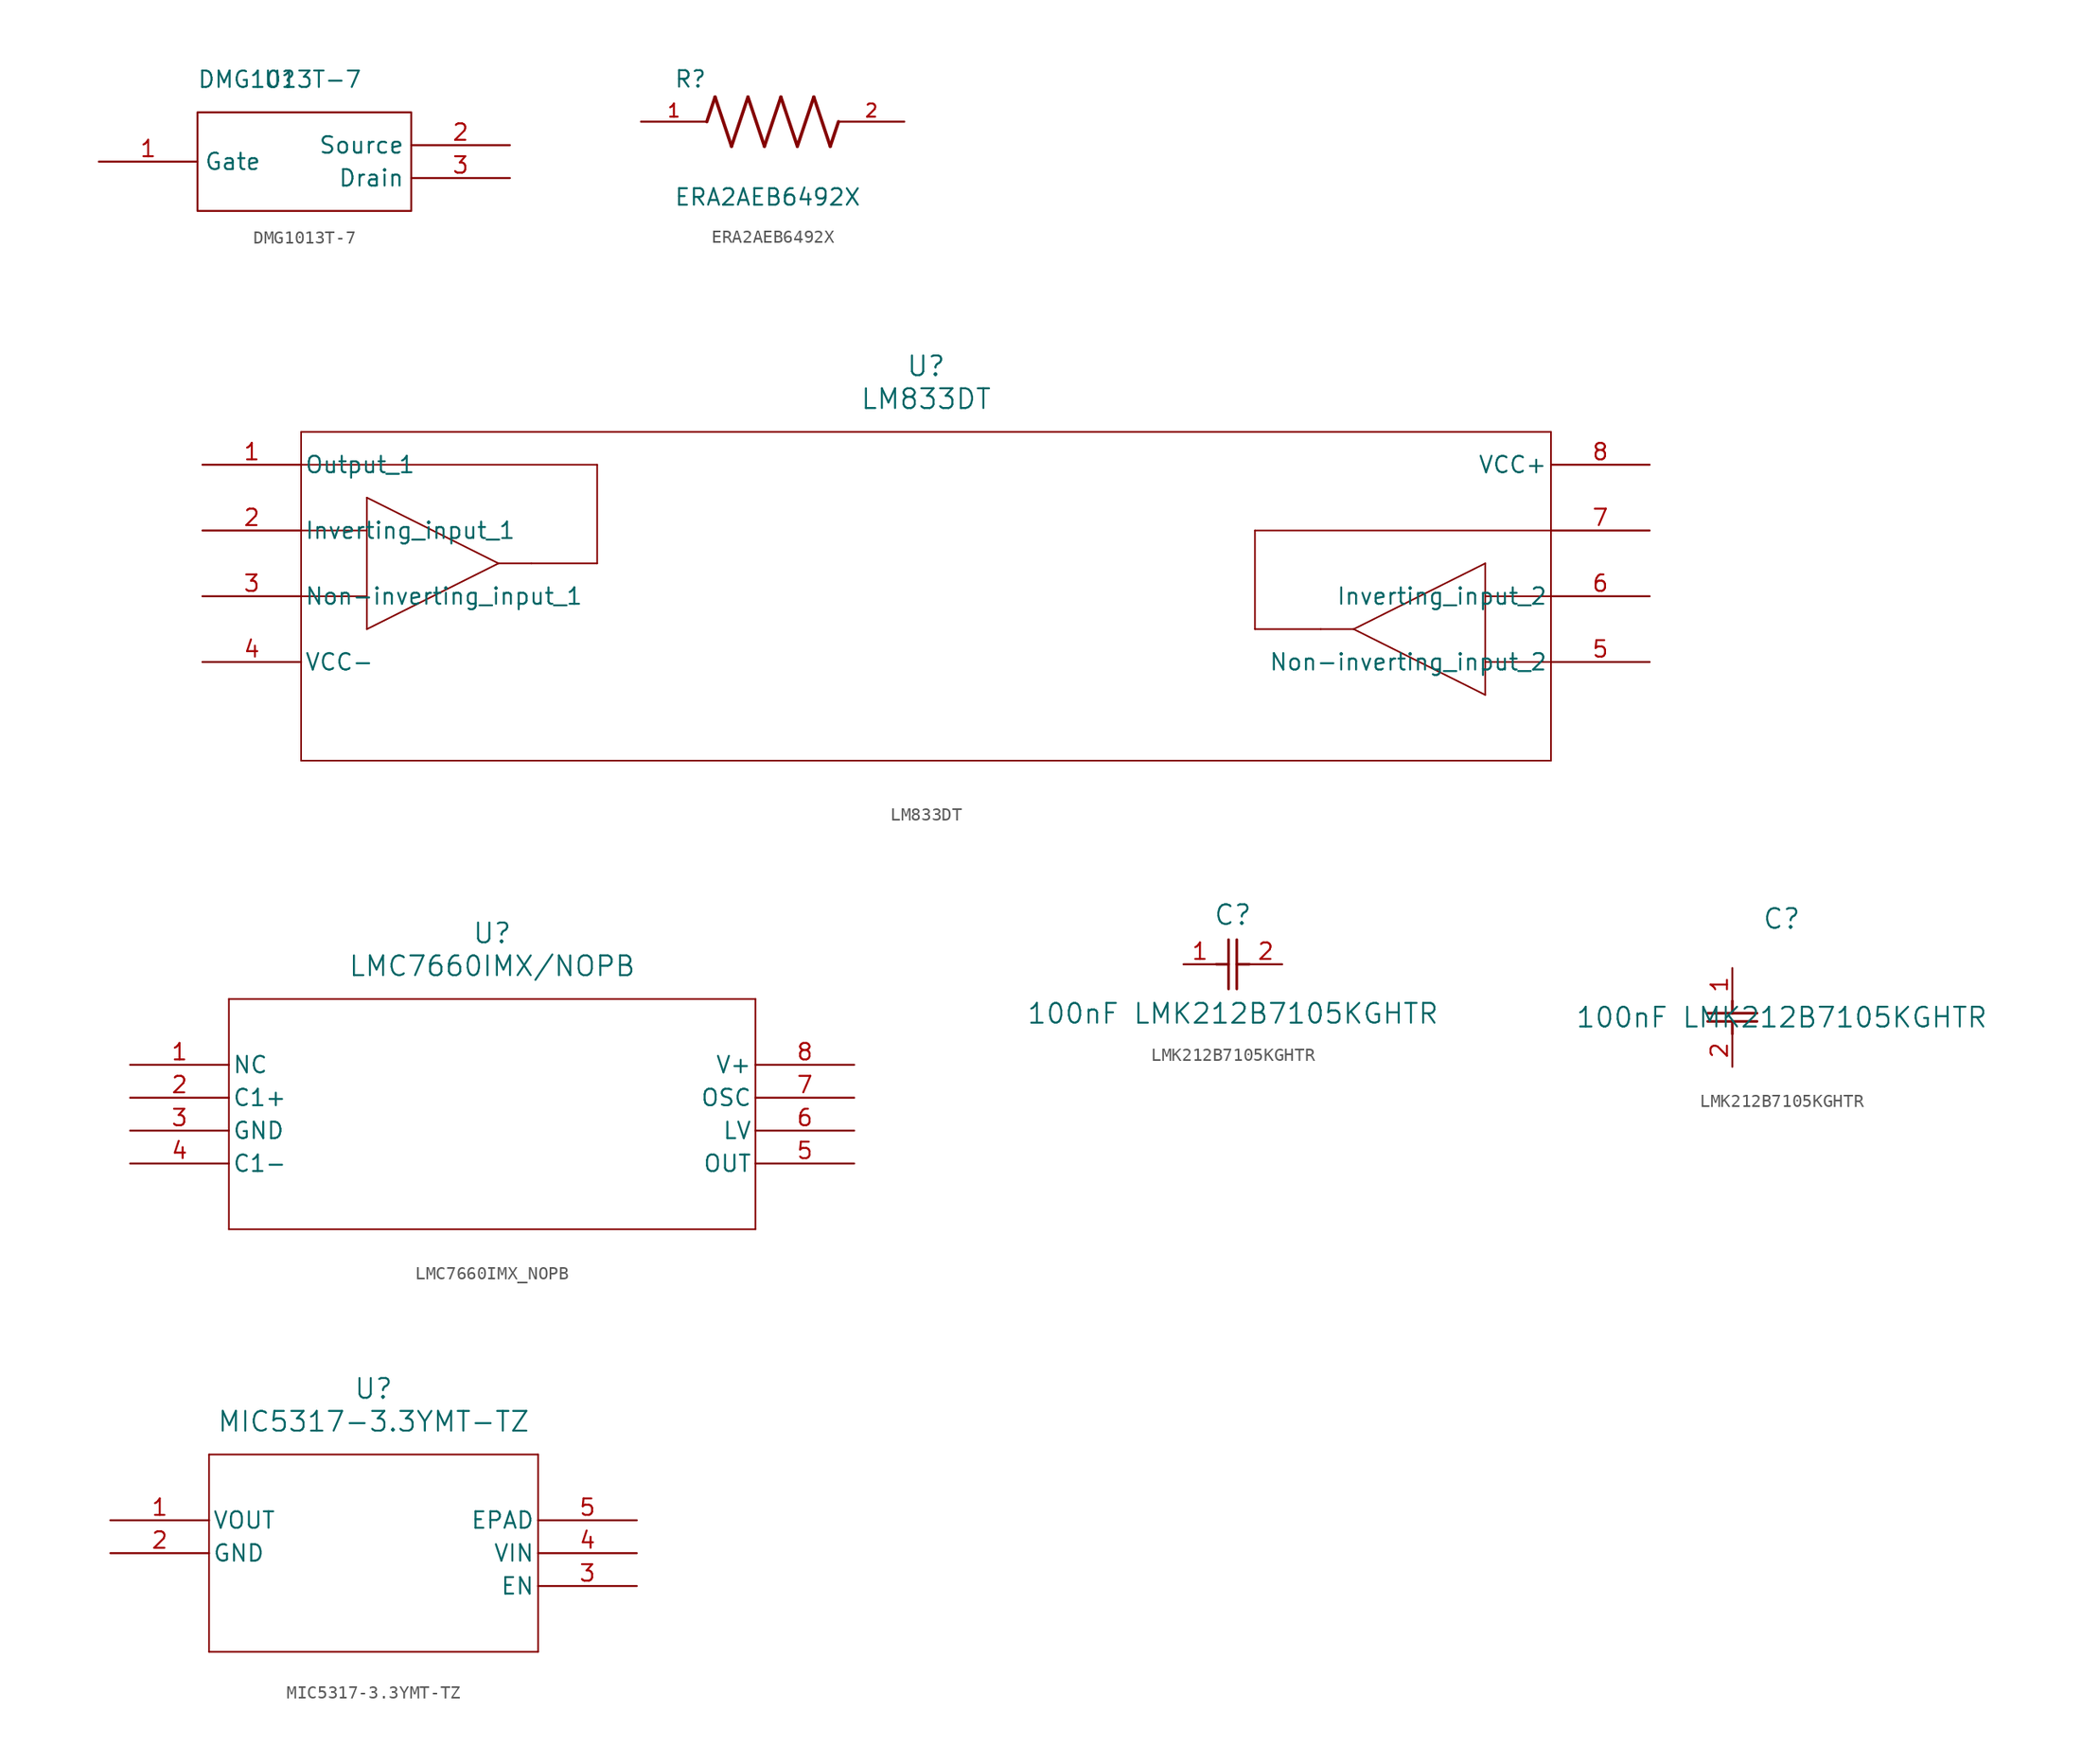
<source format=kicad_sym>
(kicad_symbol_lib
  (version 20231120)
  (generator "kicad_symbol_editor")
  (generator_version "8.0")
  (symbol "DMG1013T-7"
    (property "Reference" "U"
      (at 0 0 0)
      (effects (font (size 1.27 1.27))))
    (property "Value" "DMG1013T-7"
      (at 0 0 0)
      (effects (font (size 1.27 1.27))))
    (symbol "DMG1013T-7_0_1"
      (rectangle (start -6.35 -2.54) (end 10.16 -10.16) (stroke (width 0) (type default)) (fill (type none))))
    (symbol "DMG1013T-7_1_1"
      (pin input line (at -13.97 -6.35 0) (length 7.62) (name "Gate" (effects (font (size 1.27 1.27)))) (number "1" (effects (font (size 1.27 1.27)))))
      (pin input line (at 17.78 -5.08 180) (length 7.62) (name "Source" (effects (font (size 1.27 1.27)))) (number "2" (effects (font (size 1.27 1.27)))))
      (pin input line (at 17.78 -7.62 180) (length 7.62) (name "Drain" (effects (font (size 1.27 1.27)))) (number "3" (effects (font (size 1.27 1.27)))))))
  (symbol "ERA2AEB6492X"
    (pin_names
      (offset 1.016))
    (property "Reference" "R"
      (at -7.624 2.541 0)
      (effects (font (size 1.27 1.27)) (justify left bottom)))
    (property "Value" "ERA2AEB6492X"
      (at -7.624 -5.087 0)
      (effects (font (size 1.27 1.27)) (justify left top)))
    (symbol "ERA2AEB6492X_0_0"
      (polyline (pts (xy -5.08 0) (xy -4.445 1.905)) (stroke (width 0.254) (type default)) (fill (type none)))
      (polyline (pts (xy -4.445 1.905) (xy -3.175 -1.905)) (stroke (width 0.254) (type default)) (fill (type none)))
      (polyline (pts (xy -3.175 -1.905) (xy -1.905 1.905)) (stroke (width 0.254) (type default)) (fill (type none)))
      (polyline (pts (xy -1.905 1.905) (xy -0.635 -1.905)) (stroke (width 0.254) (type default)) (fill (type none)))
      (polyline (pts (xy -0.635 -1.905) (xy 0.635 1.905)) (stroke (width 0.254) (type default)) (fill (type none)))
      (polyline (pts (xy 0.635 1.905) (xy 1.905 -1.905)) (stroke (width 0.254) (type default)) (fill (type none)))
      (polyline (pts (xy 1.905 -1.905) (xy 3.175 1.905)) (stroke (width 0.254) (type default)) (fill (type none)))
      (polyline (pts (xy 3.175 1.905) (xy 4.445 -1.905)) (stroke (width 0.254) (type default)) (fill (type none)))
      (polyline (pts (xy 4.445 -1.905) (xy 5.08 0)) (stroke (width 0.254) (type default)) (fill (type none)))
      (pin passive line (at -10.16 0 0) (length 5.08) (name "~" (effects (font (size 1.016 1.016)))) (number "1" (effects (font (size 1.016 1.016)))))
      (pin passive line (at 10.16 0 180) (length 5.08) (name "~" (effects (font (size 1.016 1.016)))) (number "2" (effects (font (size 1.016 1.016)))))))
  (symbol "LM833DT"
    (pin_names
      (offset 0.254))
    (property "Reference" "U"
      (at 55.88 10.16 0)
      (effects (font (size 1.524 1.524))))
    (property "Value" "LM833DT"
      (at 55.88 7.62 0)
      (effects (font (size 1.524 1.524))))
    (property "ki_locked" ""
      (at 0 0 0)
      (effects (font (size 1.27 1.27))))
    (symbol "LM833DT_0_1"
      (polyline (pts (xy 7.62 -20.32) (xy 104.14 -20.32)) (stroke (width 0.127) (type default)) (fill (type none)))
      (polyline (pts (xy 7.62 -2.54) (xy 12.7 -2.54)) (stroke (width 0.127) (type default)) (fill (type none)))
      (polyline (pts (xy 7.62 2.54) (xy 30.48 2.54)) (stroke (width 0.127) (type default)) (fill (type none)))
      (polyline (pts (xy 7.62 5.08) (xy 7.62 -20.32)) (stroke (width 0.127) (type default)) (fill (type none)))
      (polyline (pts (xy 12.7 -10.16) (xy 22.86 -5.08)) (stroke (width 0.127) (type default)) (fill (type none)))
      (polyline (pts (xy 12.7 -7.62) (xy 7.62 -7.62)) (stroke (width 0.127) (type default)) (fill (type none)))
      (polyline (pts (xy 12.7 0) (xy 12.7 -10.16)) (stroke (width 0.127) (type default)) (fill (type none)))
      (polyline (pts (xy 22.86 -5.08) (xy 12.7 0)) (stroke (width 0.127) (type default)) (fill (type none)))
      (polyline (pts (xy 22.86 -5.08) (xy 25.4 -5.08)) (stroke (width 0.127) (type default)) (fill (type none)))
      (polyline (pts (xy 30.48 -5.08) (xy 25.4 -5.08)) (stroke (width 0.127) (type default)) (fill (type none)))
      (polyline (pts (xy 30.48 2.54) (xy 30.48 -5.08)) (stroke (width 0.127) (type default)) (fill (type none)))
      (polyline (pts (xy 81.28 -10.16) (xy 86.36 -10.16)) (stroke (width 0.127) (type default)) (fill (type none)))
      (polyline (pts (xy 81.28 -2.54) (xy 81.28 -10.16)) (stroke (width 0.127) (type default)) (fill (type none)))
      (polyline (pts (xy 88.9 -10.16) (xy 86.36 -10.16)) (stroke (width 0.127) (type default)) (fill (type none)))
      (polyline (pts (xy 88.9 -10.16) (xy 99.06 -5.08)) (stroke (width 0.127) (type default)) (fill (type none)))
      (polyline (pts (xy 99.06 -15.24) (xy 88.9 -10.16)) (stroke (width 0.127) (type default)) (fill (type none)))
      (polyline (pts (xy 99.06 -7.62) (xy 104.14 -7.62)) (stroke (width 0.127) (type default)) (fill (type none)))
      (polyline (pts (xy 99.06 -5.08) (xy 99.06 -15.24)) (stroke (width 0.127) (type default)) (fill (type none)))
      (polyline (pts (xy 104.14 -20.32) (xy 104.14 5.08)) (stroke (width 0.127) (type default)) (fill (type none)))
      (polyline (pts (xy 104.14 -12.7) (xy 99.06 -12.7)) (stroke (width 0.127) (type default)) (fill (type none)))
      (polyline (pts (xy 104.14 -2.54) (xy 81.28 -2.54)) (stroke (width 0.127) (type default)) (fill (type none)))
      (polyline (pts (xy 104.14 5.08) (xy 7.62 5.08)) (stroke (width 0.127) (type default)) (fill (type none)))
      (pin output line (at 0 2.54 0) (length 7.62) (name "Output_1" (effects (font (size 1.27 1.27)))) (number "1" (effects (font (size 1.27 1.27)))))
      (pin input line (at 0 -2.54 0) (length 7.62) (name "Inverting_input_1" (effects (font (size 1.27 1.27)))) (number "2" (effects (font (size 1.27 1.27)))))
      (pin input line (at 0 -7.62 0) (length 7.62) (name "Non-inverting_input_1" (effects (font (size 1.27 1.27)))) (number "3" (effects (font (size 1.27 1.27)))))
      (pin power_in line (at 0 -12.7 0) (length 7.62) (name "VCC-" (effects (font (size 1.27 1.27)))) (number "4" (effects (font (size 1.27 1.27)))))
      (pin input line (at 111.76 -12.7 180) (length 7.62) (name "Non-inverting_input_2" (effects (font (size 1.27 1.27)))) (number "5" (effects (font (size 1.27 1.27)))))
      (pin input line (at 111.76 -7.62 180) (length 7.62) (name "Inverting_input_2" (effects (font (size 1.27 1.27)))) (number "6" (effects (font (size 1.27 1.27)))))
      (pin output line (at 111.76 -2.54 180) (length 7.62) (name "" (effects (font (size 1.27 1.27)))) (number "7" (effects (font (size 1.27 1.27)))))
      (pin power_in line (at 111.76 2.54 180) (length 7.62) (name "VCC+" (effects (font (size 1.27 1.27)))) (number "8" (effects (font (size 1.27 1.27)))))))
  (symbol "LMC7660IMX_NOPB"
    (pin_names
      (offset 0.254))
    (property "Reference" "U"
      (at 27.94 10.16 0)
      (effects (font (size 1.524 1.524))))
    (property "Value" "LMC7660IMX/NOPB"
      (at 27.94 7.62 0)
      (effects (font (size 1.524 1.524))))
    (property "ki_locked" ""
      (at 0 0 0)
      (effects (font (size 1.27 1.27))))
    (symbol "LMC7660IMX_NOPB_0_1"
      (polyline (pts (xy 7.62 -12.7) (xy 48.26 -12.7)) (stroke (width 0.127) (type default)) (fill (type none)))
      (polyline (pts (xy 7.62 5.08) (xy 7.62 -12.7)) (stroke (width 0.127) (type default)) (fill (type none)))
      (polyline (pts (xy 48.26 -12.7) (xy 48.26 5.08)) (stroke (width 0.127) (type default)) (fill (type none)))
      (polyline (pts (xy 48.26 5.08) (xy 7.62 5.08)) (stroke (width 0.127) (type default)) (fill (type none)))
      (pin passive line (at 0 0 0) (length 7.62) (name "NC" (effects (font (size 1.27 1.27)))) (number "1" (effects (font (size 1.27 1.27)))))
      (pin input line (at 0 -2.54 0) (length 7.62) (name "C1+" (effects (font (size 1.27 1.27)))) (number "2" (effects (font (size 1.27 1.27)))))
      (pin power_in line (at 0 -5.08 0) (length 7.62) (name "GND" (effects (font (size 1.27 1.27)))) (number "3" (effects (font (size 1.27 1.27)))))
      (pin input line (at 0 -7.62 0) (length 7.62) (name "C1-" (effects (font (size 1.27 1.27)))) (number "4" (effects (font (size 1.27 1.27)))))
      (pin input line (at 55.88 -5.08 180) (length 7.62) (name "LV" (effects (font (size 1.27 1.27)))) (number "6" (effects (font (size 1.27 1.27)))))
      (pin input line (at 55.88 -2.54 180) (length 7.62) (name "OSC" (effects (font (size 1.27 1.27)))) (number "7" (effects (font (size 1.27 1.27)))))
      (pin power_in line (at 55.88 0 180) (length 7.62) (name "V+" (effects (font (size 1.27 1.27)))) (number "8" (effects (font (size 1.27 1.27))))))
    (symbol "LMC7660IMX_NOPB_1_1"
      (pin power_out line (at 55.88 -7.62 180) (length 7.62) (name "OUT" (effects (font (size 1.27 1.27)))) (number "5" (effects (font (size 1.27 1.27)))))))
  (symbol "LMK212B7105KGHTR"
    (pin_names
      (offset 0.254))
    (property "Reference" "C"
      (at 3.81 3.81 0)
      (effects (font (size 1.524 1.524))))
    (property "Value" "100nF LMK212B7105KGHTR"
      (at 3.81 -3.81 0)
      (effects (font (size 1.524 1.524))))
    (property "ki_locked" ""
      (at 0 0 0)
      (effects (font (size 1.27 1.27))))
    (symbol "LMK212B7105KGHTR_1_1"
      (polyline (pts (xy 2.54 0) (xy 3.48 0)) (stroke (width 0.203) (type default)) (fill (type none)))
      (polyline (pts (xy 3.48 -1.905) (xy 3.48 1.905)) (stroke (width 0.203) (type default)) (fill (type none)))
      (polyline (pts (xy 4.115 -1.905) (xy 4.115 1.905)) (stroke (width 0.203) (type default)) (fill (type none)))
      (polyline (pts (xy 4.115 0) (xy 5.08 0)) (stroke (width 0.203) (type default)) (fill (type none)))
      (pin passive line (at 0 0 0) (length 2.54) (name "" (effects (font (size 1.27 1.27)))) (number "1" (effects (font (size 1.27 1.27)))))
      (pin passive line (at 7.62 0 180) (length 2.54) (name "" (effects (font (size 1.27 1.27)))) (number "2" (effects (font (size 1.27 1.27))))))
    (symbol "LMK212B7105KGHTR_1_2"
      (polyline (pts (xy -1.905 -4.115) (xy 1.905 -4.115)) (stroke (width 0.203) (type default)) (fill (type none)))
      (polyline (pts (xy -1.905 -3.48) (xy 1.905 -3.48)) (stroke (width 0.203) (type default)) (fill (type none)))
      (polyline (pts (xy 0 -4.115) (xy 0 -5.08)) (stroke (width 0.203) (type default)) (fill (type none)))
      (polyline (pts (xy 0 -2.54) (xy 0 -3.48)) (stroke (width 0.203) (type default)) (fill (type none)))
      (pin unspecified line (at 0 0 270) (length 2.54) (name "" (effects (font (size 1.27 1.27)))) (number "1" (effects (font (size 1.27 1.27)))))
      (pin unspecified line (at 0 -7.62 90) (length 2.54) (name "" (effects (font (size 1.27 1.27)))) (number "2" (effects (font (size 1.27 1.27)))))))
  (symbol "MIC5317-3.3YMT-TZ"
    (pin_names
      (offset 0.254))
    (property "Reference" "U"
      (at 20.32 10.16 0)
      (effects (font (size 1.524 1.524))))
    (property "Value" "MIC5317-3.3YMT-TZ"
      (at 20.32 7.62 0)
      (effects (font (size 1.524 1.524))))
    (property "ki_locked" ""
      (at 0 0 0)
      (effects (font (size 1.27 1.27))))
    (symbol "MIC5317-3.3YMT-TZ_0_1"
      (polyline (pts (xy 7.62 -10.16) (xy 33.02 -10.16)) (stroke (width 0.127) (type default)) (fill (type none)))
      (polyline (pts (xy 7.62 5.08) (xy 7.62 -10.16)) (stroke (width 0.127) (type default)) (fill (type none)))
      (polyline (pts (xy 33.02 -10.16) (xy 33.02 5.08)) (stroke (width 0.127) (type default)) (fill (type none)))
      (polyline (pts (xy 33.02 5.08) (xy 7.62 5.08)) (stroke (width 0.127) (type default)) (fill (type none)))
      (pin power_in line (at 0 -2.54 0) (length 7.62) (name "GND" (effects (font (size 1.27 1.27)))) (number "2" (effects (font (size 1.27 1.27)))))
      (pin input line (at 40.64 -5.08 180) (length 7.62) (name "EN" (effects (font (size 1.27 1.27)))) (number "3" (effects (font (size 1.27 1.27)))))
      (pin unspecified line (at 40.64 0 180) (length 7.62) (name "EPAD" (effects (font (size 1.27 1.27)))) (number "5" (effects (font (size 1.27 1.27))))))
    (symbol "MIC5317-3.3YMT-TZ_1_1"
      (pin power_out line (at 0 0 0) (length 7.62) (name "VOUT" (effects (font (size 1.27 1.27)))) (number "1" (effects (font (size 1.27 1.27)))))
      (pin power_in line (at 40.64 -2.54 180) (length 7.62) (name "VIN" (effects (font (size 1.27 1.27)))) (number "4" (effects (font (size 1.27 1.27))))))))
</source>
